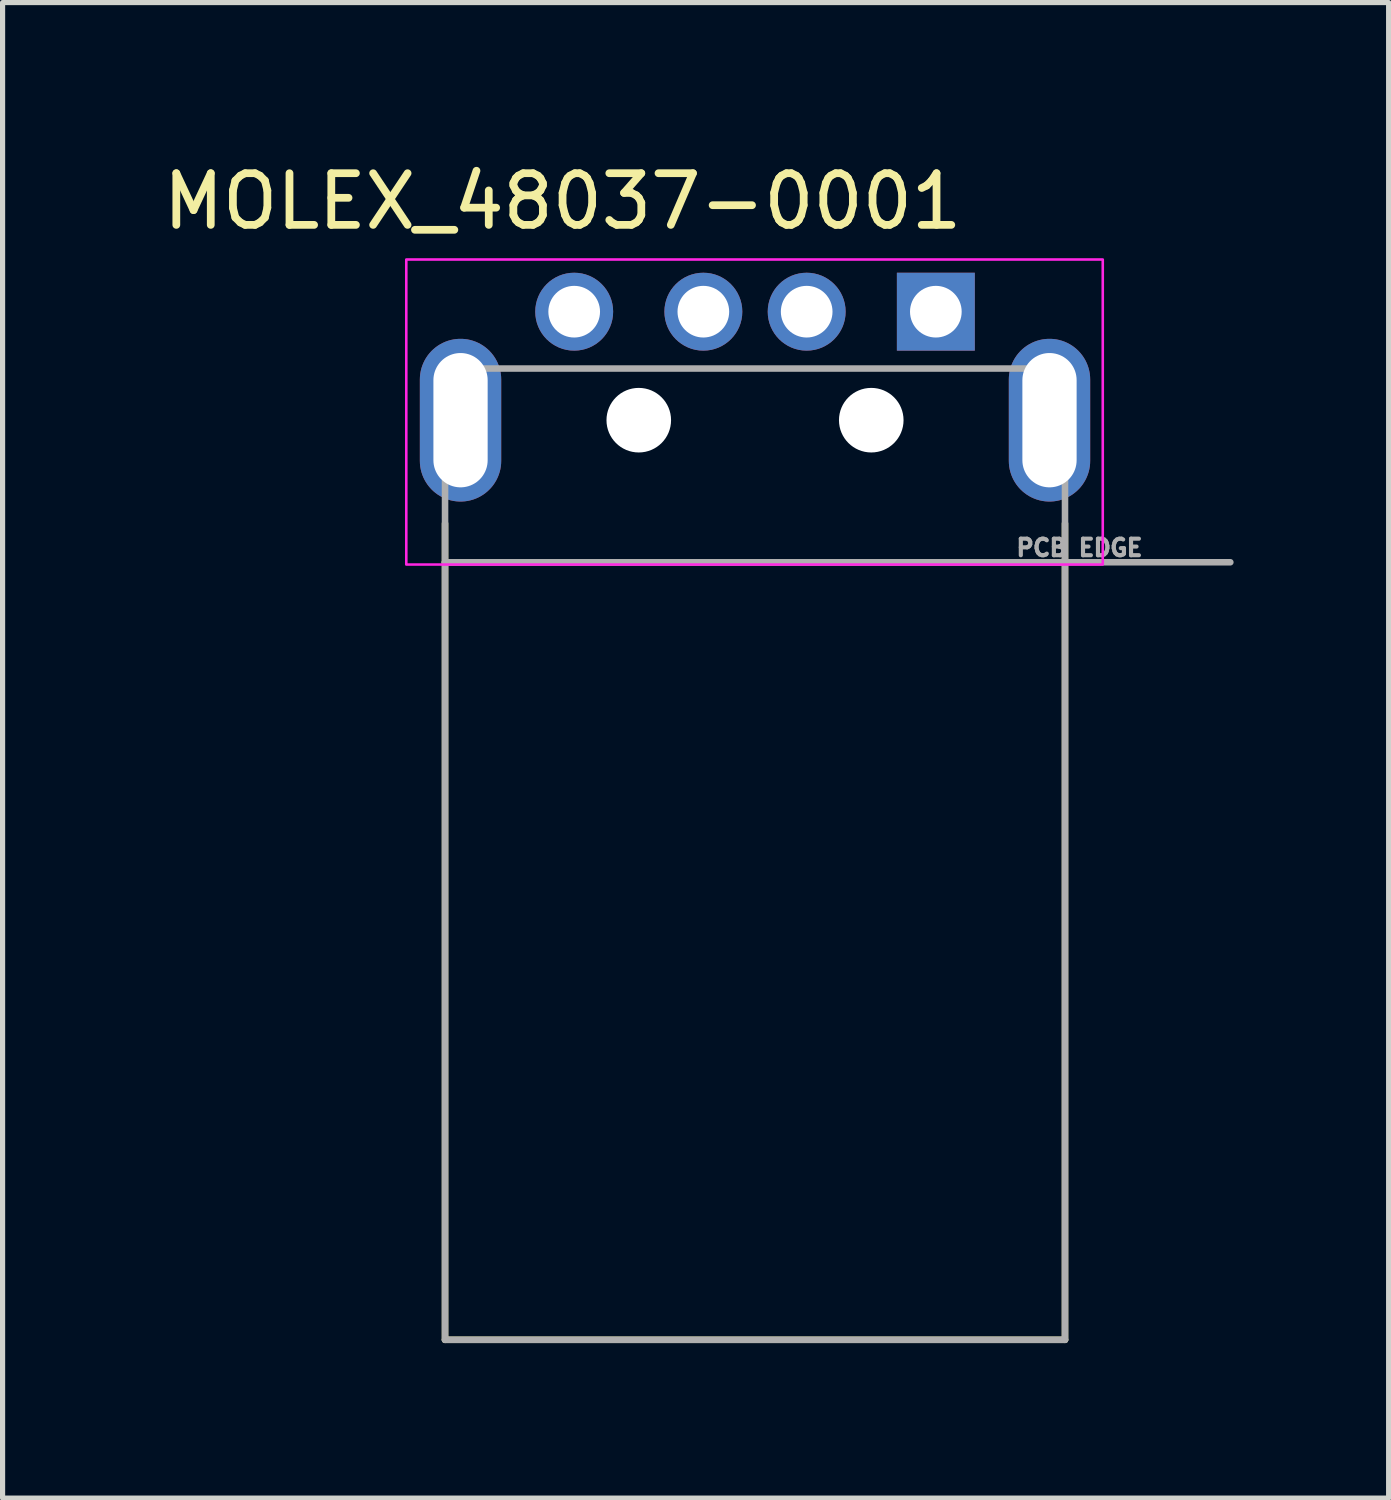
<source format=kicad_pcb>
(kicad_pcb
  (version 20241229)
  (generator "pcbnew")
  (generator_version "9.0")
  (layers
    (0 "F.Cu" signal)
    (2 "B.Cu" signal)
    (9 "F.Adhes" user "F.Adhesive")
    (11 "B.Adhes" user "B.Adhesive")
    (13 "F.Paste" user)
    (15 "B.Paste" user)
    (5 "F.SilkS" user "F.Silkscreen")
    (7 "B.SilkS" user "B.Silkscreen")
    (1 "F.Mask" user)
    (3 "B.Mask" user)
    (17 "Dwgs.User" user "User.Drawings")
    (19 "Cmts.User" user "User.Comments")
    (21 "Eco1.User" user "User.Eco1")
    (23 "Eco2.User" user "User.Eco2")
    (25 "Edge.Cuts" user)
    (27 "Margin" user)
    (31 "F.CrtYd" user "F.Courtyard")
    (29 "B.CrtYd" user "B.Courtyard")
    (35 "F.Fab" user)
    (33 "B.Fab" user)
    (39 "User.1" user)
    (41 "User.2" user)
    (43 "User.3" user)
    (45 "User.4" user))
  (footprint "MOLEX_48037-0001"
    (layer "F.Cu")
    (at 11.564 5.083)
    (property "Reference" "MOLEX_48037-0001" (at -3.725 -4.235 0) (layer "F.SilkS") (effects (font (size 1 1) (thickness 0.15))))
    (attr through_hole)
    (fp_line (start -6 2) (end -6 2.75) (stroke (width 0.127) (type solid)) (layer "F.SilkS"))
    (fp_line (start -6 2.75) (end -6 17.8) (stroke (width 0.127) (type solid)) (layer "F.SilkS"))
    (fp_line (start -6 2.75) (end 6 2.75) (stroke (width 0.127) (type solid)) (layer "F.SilkS"))
    (fp_line (start -6 17.8) (end 6 17.8) (stroke (width 0.127) (type solid)) (layer "F.SilkS"))
    (fp_line (start 6 2.75) (end 6 2) (stroke (width 0.127) (type solid)) (layer "F.SilkS"))
    (fp_line (start 6 17.8) (end 6 2.75) (stroke (width 0.127) (type solid)) (layer "F.SilkS"))
    (fp_rect (start 6.731 2.794) (end -6.75 -3.11) (stroke (width 0.05) (type solid)) (fill no) (layer "F.CrtYd"))
    (fp_line (start -6 -1) (end -6 2.75) (stroke (width 0.127) (type solid)) (layer "F.Fab"))
    (fp_line (start -6 2.75) (end -6 17.8) (stroke (width 0.127) (type solid)) (layer "F.Fab"))
    (fp_line (start -6 2.75) (end 6 2.75) (stroke (width 0.127) (type solid)) (layer "F.Fab"))
    (fp_line (start -6 17.8) (end 6 17.8) (stroke (width 0.127) (type solid)) (layer "F.Fab"))
    (fp_line (start 6 -1) (end -6 -1) (stroke (width 0.127) (type solid)) (layer "F.Fab"))
    (fp_line (start 6 2.75) (end 6 -1) (stroke (width 0.127) (type solid)) (layer "F.Fab"))
    (fp_line (start 6 2.75) (end 9.2 2.75) (stroke (width 0.127) (type solid)) (layer "F.Fab"))
    (fp_line (start 6 17.8) (end 6 2.75) (stroke (width 0.127) (type solid)) (layer "F.Fab"))
    (fp_text user "PCB EDGE" (at 6.28 2.47 0) (layer "F.Fab") (effects (font (size 0.32 0.32) (thickness 0.15))))
    (pad "" np_thru_hole circle (at -2.25 0) (size 1.25 1.25) (drill 1.25) (layers "*.Cu" "*.Mask"))
    (pad "" np_thru_hole circle (at 2.25 0) (size 1.25 1.25) (drill 1.25) (layers "*.Cu" "*.Mask"))
    (pad "1" thru_hole rect (at 3.5 -2.1) (size 1.508 1.508) (drill 1) (layers "*.Cu" "*.Mask"))
    (pad "2" thru_hole circle (at 1 -2.1) (size 1.508 1.508) (drill 1) (layers "*.Cu" "*.Mask"))
    (pad "3" thru_hole circle (at -1 -2.1) (size 1.508 1.508) (drill 1) (layers "*.Cu" "*.Mask"))
    (pad "4" thru_hole circle (at -3.5 -2.1) (size 1.508 1.508) (drill 1) (layers "*.Cu" "*.Mask"))
    (pad "S1" thru_hole oval (at 5.7 0) (size 1.575 3.15) (drill oval 1.05 2.6) (layers "*.Cu" "*.Mask"))
    (pad "S2" thru_hole oval (at -5.7 0) (size 1.575 3.15) (drill oval 1.05 2.6) (layers "*.Cu" "*.Mask")))
  (gr_rect
    (start -3 -3)
    (end 23.828 25.947)
    (stroke (width 0.1) (type default))
    (fill no)
    (layer "Edge.Cuts")))
</source>
